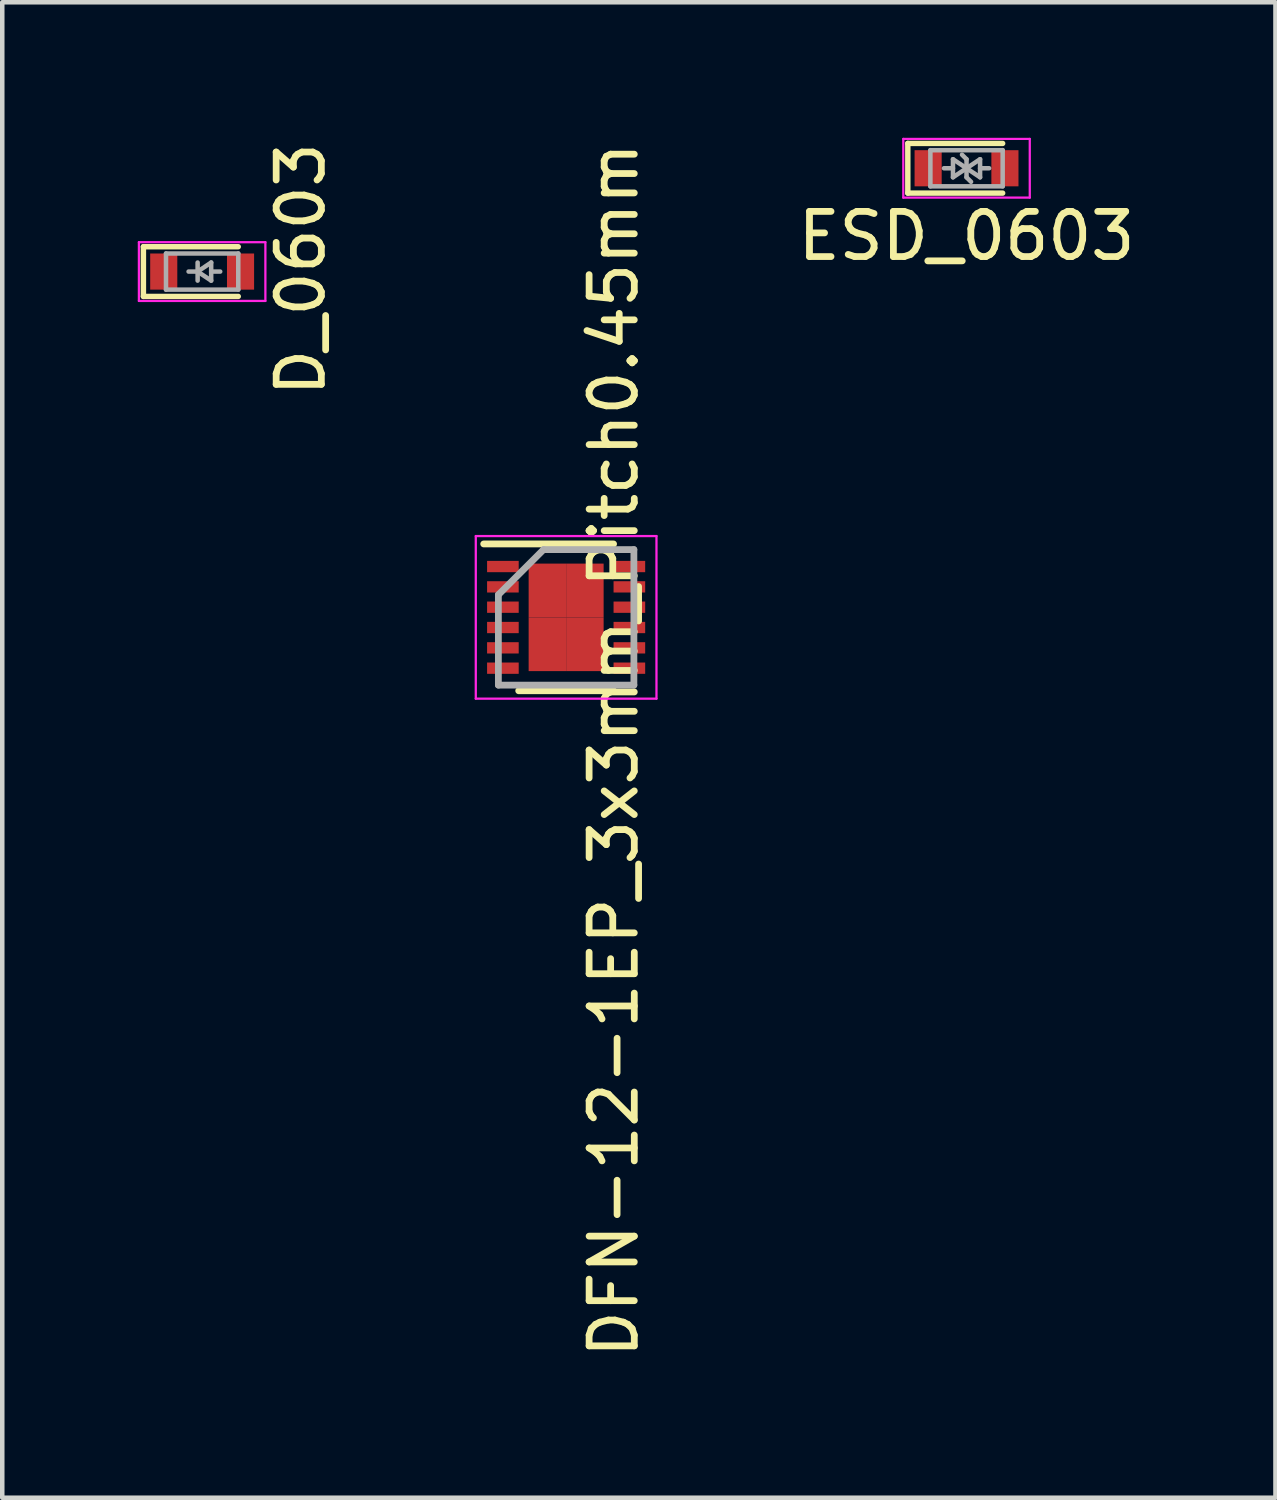
<source format=kicad_pcb>
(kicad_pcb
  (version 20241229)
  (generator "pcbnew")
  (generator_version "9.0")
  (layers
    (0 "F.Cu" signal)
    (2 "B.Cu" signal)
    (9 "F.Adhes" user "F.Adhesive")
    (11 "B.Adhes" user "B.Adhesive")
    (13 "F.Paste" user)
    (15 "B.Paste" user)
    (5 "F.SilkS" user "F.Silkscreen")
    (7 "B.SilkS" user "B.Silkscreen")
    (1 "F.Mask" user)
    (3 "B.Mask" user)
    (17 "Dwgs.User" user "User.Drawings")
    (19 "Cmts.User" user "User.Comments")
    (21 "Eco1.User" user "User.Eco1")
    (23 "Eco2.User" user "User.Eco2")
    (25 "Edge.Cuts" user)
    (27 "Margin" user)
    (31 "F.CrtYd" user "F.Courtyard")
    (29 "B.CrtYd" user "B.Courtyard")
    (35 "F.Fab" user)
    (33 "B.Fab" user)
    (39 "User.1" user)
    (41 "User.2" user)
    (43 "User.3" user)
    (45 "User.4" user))
  (footprint "D_0603"
    (layer "F.Cu")
    (at 1.425 2.962)
    (property "Reference" "D_0603" (at 2.184 -0.051 90) (layer "F.SilkS") (effects (font (size 1 1) (thickness 0.15))))
    (attr smd)
    (fp_line (start -1.3 -0.55) (end -1.3 0.55) (stroke (width 0.12) (type solid)) (layer "F.SilkS"))
    (fp_line (start -1.3 -0.55) (end 0.8 -0.55) (stroke (width 0.12) (type solid)) (layer "F.SilkS"))
    (fp_line (start -1.3 0.55) (end 0.8 0.55) (stroke (width 0.12) (type solid)) (layer "F.SilkS"))
    (fp_line (start -1.4 -0.65) (end -1.4 0.65) (stroke (width 0.05) (type solid)) (layer "F.CrtYd"))
    (fp_line (start -1.4 0.65) (end 1.4 0.65) (stroke (width 0.05) (type solid)) (layer "F.CrtYd"))
    (fp_line (start 1.4 -0.65) (end -1.4 -0.65) (stroke (width 0.05) (type solid)) (layer "F.CrtYd"))
    (fp_line (start 1.4 0.65) (end 1.4 -0.65) (stroke (width 0.05) (type solid)) (layer "F.CrtYd"))
    (fp_line (start -0.8 -0.4) (end 0.8 -0.4) (stroke (width 0.1) (type solid)) (layer "F.Fab"))
    (fp_line (start -0.8 0.4) (end -0.8 -0.4) (stroke (width 0.1) (type solid)) (layer "F.Fab"))
    (fp_line (start -0.1 -0.2) (end -0.1 0.2) (stroke (width 0.1) (type solid)) (layer "F.Fab"))
    (fp_line (start -0.1 0) (end -0.3 0) (stroke (width 0.1) (type solid)) (layer "F.Fab"))
    (fp_line (start -0.1 0) (end 0.2 0.2) (stroke (width 0.1) (type solid)) (layer "F.Fab"))
    (fp_line (start 0.2 -0.2) (end -0.1 0) (stroke (width 0.1) (type solid)) (layer "F.Fab"))
    (fp_line (start 0.2 0) (end 0.4 0) (stroke (width 0.1) (type solid)) (layer "F.Fab"))
    (fp_line (start 0.2 0.2) (end 0.2 -0.2) (stroke (width 0.1) (type solid)) (layer "F.Fab"))
    (fp_line (start 0.8 -0.4) (end 0.8 0.4) (stroke (width 0.1) (type solid)) (layer "F.Fab"))
    (fp_line (start 0.8 0.4) (end -0.8 0.4) (stroke (width 0.1) (type solid)) (layer "F.Fab"))
    (pad "1" smd rect (at -0.85 0) (size 0.6 0.8) (layers "F.Cu" "F.Mask" "F.Paste"))
    (pad "2" smd rect (at 0.85 0) (size 0.6 0.8) (layers "F.Cu" "F.Mask" "F.Paste")))
  (footprint "ESD_0603"
    (layer "F.Cu")
    (at 18.347 0.675)
    (property "Reference" "ESD_0603" (at 0 1.5 0) (layer "F.SilkS") (effects (font (size 1 1) (thickness 0.15))))
    (attr smd)
    (fp_line (start -1.3 -0.55) (end -1.3 0.55) (stroke (width 0.12) (type solid)) (layer "F.SilkS"))
    (fp_line (start -1.3 -0.55) (end 0.8 -0.55) (stroke (width 0.12) (type solid)) (layer "F.SilkS"))
    (fp_line (start -1.3 0.55) (end 0.8 0.55) (stroke (width 0.12) (type solid)) (layer "F.SilkS"))
    (fp_line (start -1.4 -0.65) (end -1.4 0.65) (stroke (width 0.05) (type solid)) (layer "F.CrtYd"))
    (fp_line (start -1.4 0.65) (end 1.4 0.65) (stroke (width 0.05) (type solid)) (layer "F.CrtYd"))
    (fp_line (start 1.4 -0.65) (end -1.4 -0.65) (stroke (width 0.05) (type solid)) (layer "F.CrtYd"))
    (fp_line (start 1.4 0.65) (end 1.4 -0.65) (stroke (width 0.05) (type solid)) (layer "F.CrtYd"))
    (fp_line (start -0.8 -0.4) (end 0.8 -0.4) (stroke (width 0.1) (type solid)) (layer "F.Fab"))
    (fp_line (start -0.8 0.4) (end -0.8 -0.4) (stroke (width 0.1) (type solid)) (layer "F.Fab"))
    (fp_line (start -0.3 -0.2) (end -0.3 0.2) (stroke (width 0.1) (type solid)) (layer "F.Fab"))
    (fp_line (start -0.3 0) (end -0.5 0) (stroke (width 0.1) (type solid)) (layer "F.Fab"))
    (fp_line (start -0.3 0.2) (end 0 0) (stroke (width 0.1) (type solid)) (layer "F.Fab"))
    (fp_line (start 0 -0.2) (end -0.1 -0.3) (stroke (width 0.1) (type solid)) (layer "F.Fab"))
    (fp_line (start 0 -0.2) (end 0 0.2) (stroke (width 0.1) (type solid)) (layer "F.Fab"))
    (fp_line (start 0 0) (end -0.3 -0.2) (stroke (width 0.1) (type solid)) (layer "F.Fab"))
    (fp_line (start 0 0) (end 0.3 0.2) (stroke (width 0.1) (type solid)) (layer "F.Fab"))
    (fp_line (start 0 0.2) (end 0.1 0.3) (stroke (width 0.1) (type solid)) (layer "F.Fab"))
    (fp_line (start 0.3 -0.2) (end 0 0) (stroke (width 0.1) (type solid)) (layer "F.Fab"))
    (fp_line (start 0.3 0) (end 0.5 0) (stroke (width 0.1) (type solid)) (layer "F.Fab"))
    (fp_line (start 0.3 0.2) (end 0.3 -0.2) (stroke (width 0.1) (type solid)) (layer "F.Fab"))
    (fp_line (start 0.8 -0.4) (end 0.8 0.4) (stroke (width 0.1) (type solid)) (layer "F.Fab"))
    (fp_line (start 0.8 0.4) (end -0.8 0.4) (stroke (width 0.1) (type solid)) (layer "F.Fab"))
    (pad "1" smd rect (at -0.85 0) (size 0.6 0.8) (layers "F.Cu" "F.Mask" "F.Paste"))
    (pad "2" smd rect (at 0.85 0) (size 0.6 0.8) (layers "F.Cu" "F.Mask" "F.Paste")))
  (footprint "DFN-12-1EP_3x3mm_Pitch0.45mm"
    (layer "F.Cu")
    (at 9.483 10.617)
    (property "Reference" "DFN-12-1EP_3x3mm_Pitch0.45mm" (at 1.054 2.937 270) (layer "F.SilkS") (effects (font (size 1 1) (thickness 0.15))))
    (attr smd)
    (fp_line (start -1.825 -1.625) (end 1.05 -1.625) (stroke (width 0.15) (type solid)) (layer "F.SilkS"))
    (fp_line (start -1.05 1.625) (end 1.05 1.625) (stroke (width 0.15) (type solid)) (layer "F.SilkS"))
    (fp_line (start -2 -1.8) (end -2 1.8) (stroke (width 0.05) (type solid)) (layer "F.CrtYd"))
    (fp_line (start -2 -1.8) (end 2 -1.8) (stroke (width 0.05) (type solid)) (layer "F.CrtYd"))
    (fp_line (start -2 1.8) (end 2 1.8) (stroke (width 0.05) (type solid)) (layer "F.CrtYd"))
    (fp_line (start 2 -1.8) (end 2 1.8) (stroke (width 0.05) (type solid)) (layer "F.CrtYd"))
    (fp_line (start -1.5 -0.5) (end -0.5 -1.5) (stroke (width 0.15) (type solid)) (layer "F.Fab"))
    (fp_line (start -1.5 1.5) (end -1.5 -0.5) (stroke (width 0.15) (type solid)) (layer "F.Fab"))
    (fp_line (start -0.5 -1.5) (end 1.5 -1.5) (stroke (width 0.15) (type solid)) (layer "F.Fab"))
    (fp_line (start 1.5 -1.5) (end 1.5 1.5) (stroke (width 0.15) (type solid)) (layer "F.Fab"))
    (fp_line (start 1.5 1.5) (end -1.5 1.5) (stroke (width 0.15) (type solid)) (layer "F.Fab"))
    (pad "1" smd rect (at -1.4 -1.125) (size 0.7 0.25) (layers "F.Cu" "F.Mask" "F.Paste"))
    (pad "2" smd rect (at -1.4 -0.675) (size 0.7 0.25) (layers "F.Cu" "F.Mask" "F.Paste"))
    (pad "3" smd rect (at -1.4 -0.225) (size 0.7 0.25) (layers "F.Cu" "F.Mask" "F.Paste"))
    (pad "4" smd rect (at -1.4 0.225) (size 0.7 0.25) (layers "F.Cu" "F.Mask" "F.Paste"))
    (pad "5" smd rect (at -1.4 0.675) (size 0.7 0.25) (layers "F.Cu" "F.Mask" "F.Paste"))
    (pad "6" smd rect (at -1.4 1.125) (size 0.7 0.25) (layers "F.Cu" "F.Mask" "F.Paste"))
    (pad "7" smd rect (at 1.4 1.125) (size 0.7 0.25) (layers "F.Cu" "F.Mask" "F.Paste"))
    (pad "8" smd rect (at 1.4 0.675) (size 0.7 0.25) (layers "F.Cu" "F.Mask" "F.Paste"))
    (pad "9" smd rect (at 1.4 0.225) (size 0.7 0.25) (layers "F.Cu" "F.Mask" "F.Paste"))
    (pad "10" smd rect (at 1.4 -0.225) (size 0.7 0.25) (layers "F.Cu" "F.Mask" "F.Paste"))
    (pad "11" smd rect (at 1.4 -0.675) (size 0.7 0.25) (layers "F.Cu" "F.Mask" "F.Paste"))
    (pad "12" smd rect (at 1.4 -1.125) (size 0.7 0.25) (layers "F.Cu" "F.Mask" "F.Paste"))
    (pad "13" smd rect (at -0.415 -0.595) (size 0.83 1.19) (layers "F.Cu" "F.Mask" "F.Paste"))
    (pad "13" smd rect (at -0.415 0.595) (size 0.83 1.19) (layers "F.Cu" "F.Mask" "F.Paste"))
    (pad "13" smd rect (at 0.415 -0.595) (size 0.83 1.19) (layers "F.Cu" "F.Mask" "F.Paste"))
    (pad "13" smd rect (at 0.415 0.595) (size 0.83 1.19) (layers "F.Cu" "F.Mask" "F.Paste")))
  (gr_rect
    (start -3 -3)
    (end 25.186 30.107)
    (stroke (width 0.1) (type default))
    (fill no)
    (layer "Edge.Cuts")))
</source>
